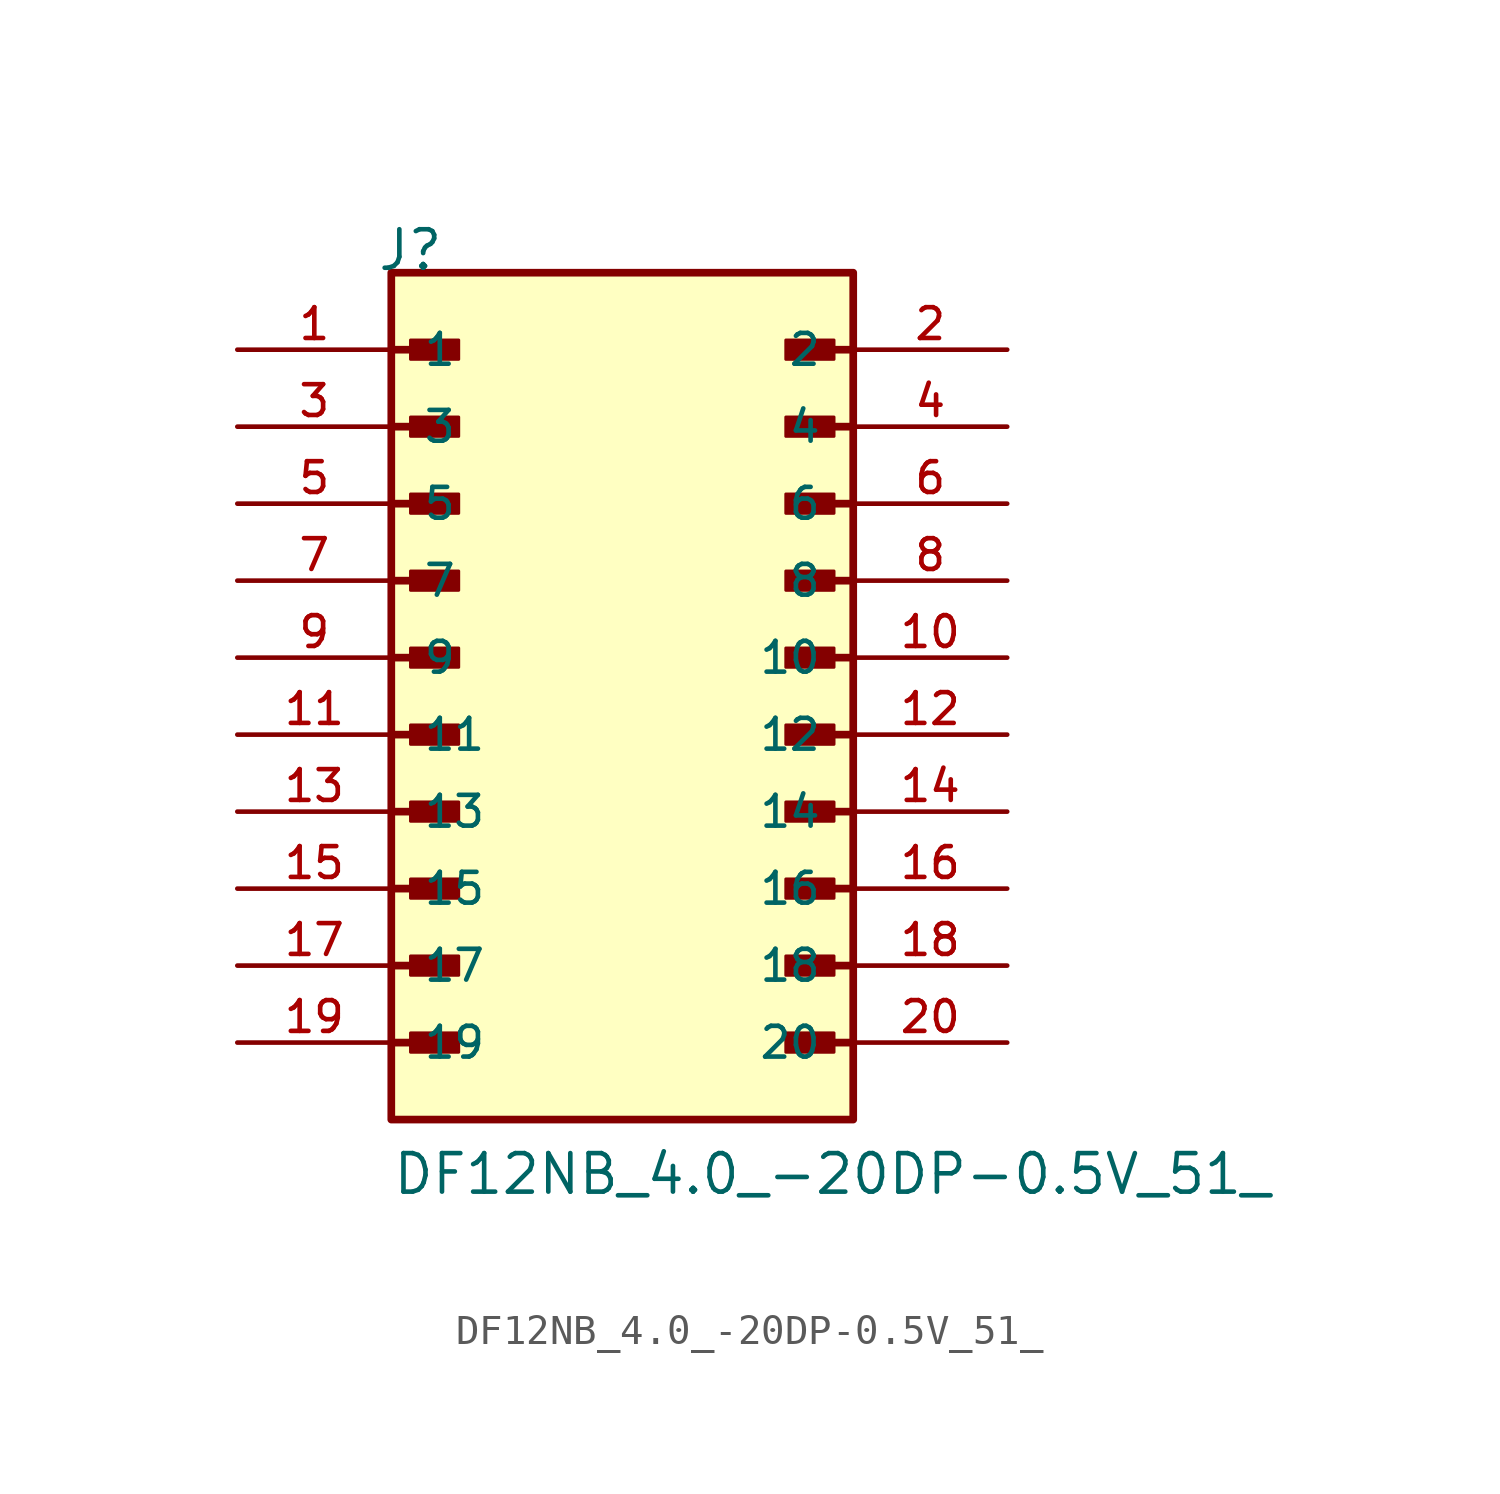
<source format=kicad_sym>
(kicad_symbol_lib
  (version 20211014)
  (generator kicad_symbol_editor)
  (symbol "DF12NB_4.0_-20DP-0.5V_51_"
    (pin_names
      (offset 1.016))
    (property "Reference" "J"
      (at -8.12 15.24 0)
      (effects (font (size 1.27 1.27)) (justify bottom left)))
    (property "Value" "DF12NB_4.0_-20DP-0.5V_51_"
      (at -7.62 -15.24 0)
      (effects (font (size 1.27 1.27)) (justify bottom left)))
    (symbol "DF12NB_4.0_-20DP-0.5V_51__0_0"
      (polyline (pts (xy -7.62 12.7) (xy -5.715 12.7)) (stroke (width 0.254)))
      (rectangle (start -6.985 12.383) (end -5.397 13.018) (stroke (width 0.1)) (fill (type outline)))
      (polyline (pts (xy 7.62 12.7) (xy 5.715 12.7)) (stroke (width 0.254)))
      (rectangle (start 6.985 12.383) (end 5.397 13.018) (stroke (width 0.1)) (fill (type outline)))
      (polyline (pts (xy -7.62 10.16) (xy -5.715 10.16)) (stroke (width 0.254)))
      (rectangle (start -6.985 9.842) (end -5.397 10.477) (stroke (width 0.1)) (fill (type outline)))
      (polyline (pts (xy 7.62 10.16) (xy 5.715 10.16)) (stroke (width 0.254)))
      (rectangle (start 6.985 9.842) (end 5.397 10.477) (stroke (width 0.1)) (fill (type outline)))
      (polyline (pts (xy -7.62 7.62) (xy -5.715 7.62)) (stroke (width 0.254)))
      (rectangle (start -6.985 7.303) (end -5.397 7.938) (stroke (width 0.1)) (fill (type outline)))
      (polyline (pts (xy 7.62 7.62) (xy 5.715 7.62)) (stroke (width 0.254)))
      (rectangle (start 6.985 7.303) (end 5.397 7.938) (stroke (width 0.1)) (fill (type outline)))
      (polyline (pts (xy -7.62 5.08) (xy -5.715 5.08)) (stroke (width 0.254)))
      (rectangle (start -6.985 4.763) (end -5.397 5.397) (stroke (width 0.1)) (fill (type outline)))
      (polyline (pts (xy 7.62 5.08) (xy 5.715 5.08)) (stroke (width 0.254)))
      (rectangle (start 6.985 4.763) (end 5.397 5.397) (stroke (width 0.1)) (fill (type outline)))
      (polyline (pts (xy -7.62 2.54) (xy -5.715 2.54)) (stroke (width 0.254)))
      (rectangle (start -6.985 2.223) (end -5.397 2.857) (stroke (width 0.1)) (fill (type outline)))
      (polyline (pts (xy 7.62 2.54) (xy 5.715 2.54)) (stroke (width 0.254)))
      (rectangle (start 6.985 2.223) (end 5.397 2.857) (stroke (width 0.1)) (fill (type outline)))
      (polyline (pts (xy -7.62 0.0) (xy -5.715 0.0)) (stroke (width 0.254)))
      (rectangle (start -6.985 -0.318) (end -5.397 0.318) (stroke (width 0.1)) (fill (type outline)))
      (polyline (pts (xy 7.62 0.0) (xy 5.715 0.0)) (stroke (width 0.254)))
      (rectangle (start 6.985 -0.318) (end 5.397 0.318) (stroke (width 0.1)) (fill (type outline)))
      (polyline (pts (xy -7.62 -2.54) (xy -5.715 -2.54)) (stroke (width 0.254)))
      (rectangle (start -6.985 -2.857) (end -5.397 -2.223) (stroke (width 0.1)) (fill (type outline)))
      (polyline (pts (xy 7.62 -2.54) (xy 5.715 -2.54)) (stroke (width 0.254)))
      (rectangle (start 6.985 -2.857) (end 5.397 -2.223) (stroke (width 0.1)) (fill (type outline)))
      (polyline (pts (xy -7.62 -5.08) (xy -5.715 -5.08)) (stroke (width 0.254)))
      (rectangle (start -6.985 -5.397) (end -5.397 -4.763) (stroke (width 0.1)) (fill (type outline)))
      (polyline (pts (xy 7.62 -5.08) (xy 5.715 -5.08)) (stroke (width 0.254)))
      (rectangle (start 6.985 -5.397) (end 5.397 -4.763) (stroke (width 0.1)) (fill (type outline)))
      (polyline (pts (xy -7.62 -7.62) (xy -5.715 -7.62)) (stroke (width 0.254)))
      (rectangle (start -6.985 -7.938) (end -5.397 -7.303) (stroke (width 0.1)) (fill (type outline)))
      (polyline (pts (xy 7.62 -7.62) (xy 5.715 -7.62)) (stroke (width 0.254)))
      (rectangle (start 6.985 -7.938) (end 5.397 -7.303) (stroke (width 0.1)) (fill (type outline)))
      (polyline (pts (xy -7.62 -10.16) (xy -5.715 -10.16)) (stroke (width 0.254)))
      (rectangle (start -6.985 -10.477) (end -5.397 -9.842) (stroke (width 0.1)) (fill (type outline)))
      (polyline (pts (xy 7.62 -10.16) (xy 5.715 -10.16)) (stroke (width 0.254)))
      (rectangle (start 6.985 -10.477) (end 5.397 -9.842) (stroke (width 0.1)) (fill (type outline)))
      (rectangle (start -7.62 -12.7) (end 7.62 15.24) (stroke (width 0.254)) (fill (type background)))
      (pin passive line (at -12.7 12.7 0) (length 5.08) (name "1" (effects (font (size 1.016 1.016)))) (number "1" (effects (font (size 1.016 1.016)))))
      (pin passive line (at 12.7 12.7 180.0) (length 5.08) (name "2" (effects (font (size 1.016 1.016)))) (number "2" (effects (font (size 1.016 1.016)))))
      (pin passive line (at -12.7 10.16 0) (length 5.08) (name "3" (effects (font (size 1.016 1.016)))) (number "3" (effects (font (size 1.016 1.016)))))
      (pin passive line (at 12.7 10.16 180.0) (length 5.08) (name "4" (effects (font (size 1.016 1.016)))) (number "4" (effects (font (size 1.016 1.016)))))
      (pin passive line (at -12.7 7.62 0) (length 5.08) (name "5" (effects (font (size 1.016 1.016)))) (number "5" (effects (font (size 1.016 1.016)))))
      (pin passive line (at 12.7 7.62 180.0) (length 5.08) (name "6" (effects (font (size 1.016 1.016)))) (number "6" (effects (font (size 1.016 1.016)))))
      (pin passive line (at -12.7 5.08 0) (length 5.08) (name "7" (effects (font (size 1.016 1.016)))) (number "7" (effects (font (size 1.016 1.016)))))
      (pin passive line (at 12.7 5.08 180.0) (length 5.08) (name "8" (effects (font (size 1.016 1.016)))) (number "8" (effects (font (size 1.016 1.016)))))
      (pin passive line (at -12.7 2.54 0) (length 5.08) (name "9" (effects (font (size 1.016 1.016)))) (number "9" (effects (font (size 1.016 1.016)))))
      (pin passive line (at 12.7 2.54 180.0) (length 5.08) (name "10" (effects (font (size 1.016 1.016)))) (number "10" (effects (font (size 1.016 1.016)))))
      (pin passive line (at -12.7 0.0 0) (length 5.08) (name "11" (effects (font (size 1.016 1.016)))) (number "11" (effects (font (size 1.016 1.016)))))
      (pin passive line (at 12.7 0.0 180.0) (length 5.08) (name "12" (effects (font (size 1.016 1.016)))) (number "12" (effects (font (size 1.016 1.016)))))
      (pin passive line (at -12.7 -2.54 0) (length 5.08) (name "13" (effects (font (size 1.016 1.016)))) (number "13" (effects (font (size 1.016 1.016)))))
      (pin passive line (at 12.7 -2.54 180.0) (length 5.08) (name "14" (effects (font (size 1.016 1.016)))) (number "14" (effects (font (size 1.016 1.016)))))
      (pin passive line (at -12.7 -5.08 0) (length 5.08) (name "15" (effects (font (size 1.016 1.016)))) (number "15" (effects (font (size 1.016 1.016)))))
      (pin passive line (at 12.7 -5.08 180.0) (length 5.08) (name "16" (effects (font (size 1.016 1.016)))) (number "16" (effects (font (size 1.016 1.016)))))
      (pin passive line (at -12.7 -7.62 0) (length 5.08) (name "17" (effects (font (size 1.016 1.016)))) (number "17" (effects (font (size 1.016 1.016)))))
      (pin passive line (at 12.7 -7.62 180.0) (length 5.08) (name "18" (effects (font (size 1.016 1.016)))) (number "18" (effects (font (size 1.016 1.016)))))
      (pin passive line (at -12.7 -10.16 0) (length 5.08) (name "19" (effects (font (size 1.016 1.016)))) (number "19" (effects (font (size 1.016 1.016)))))
      (pin passive line (at 12.7 -10.16 180.0) (length 5.08) (name "20" (effects (font (size 1.016 1.016)))) (number "20" (effects (font (size 1.016 1.016))))))))
</source>
